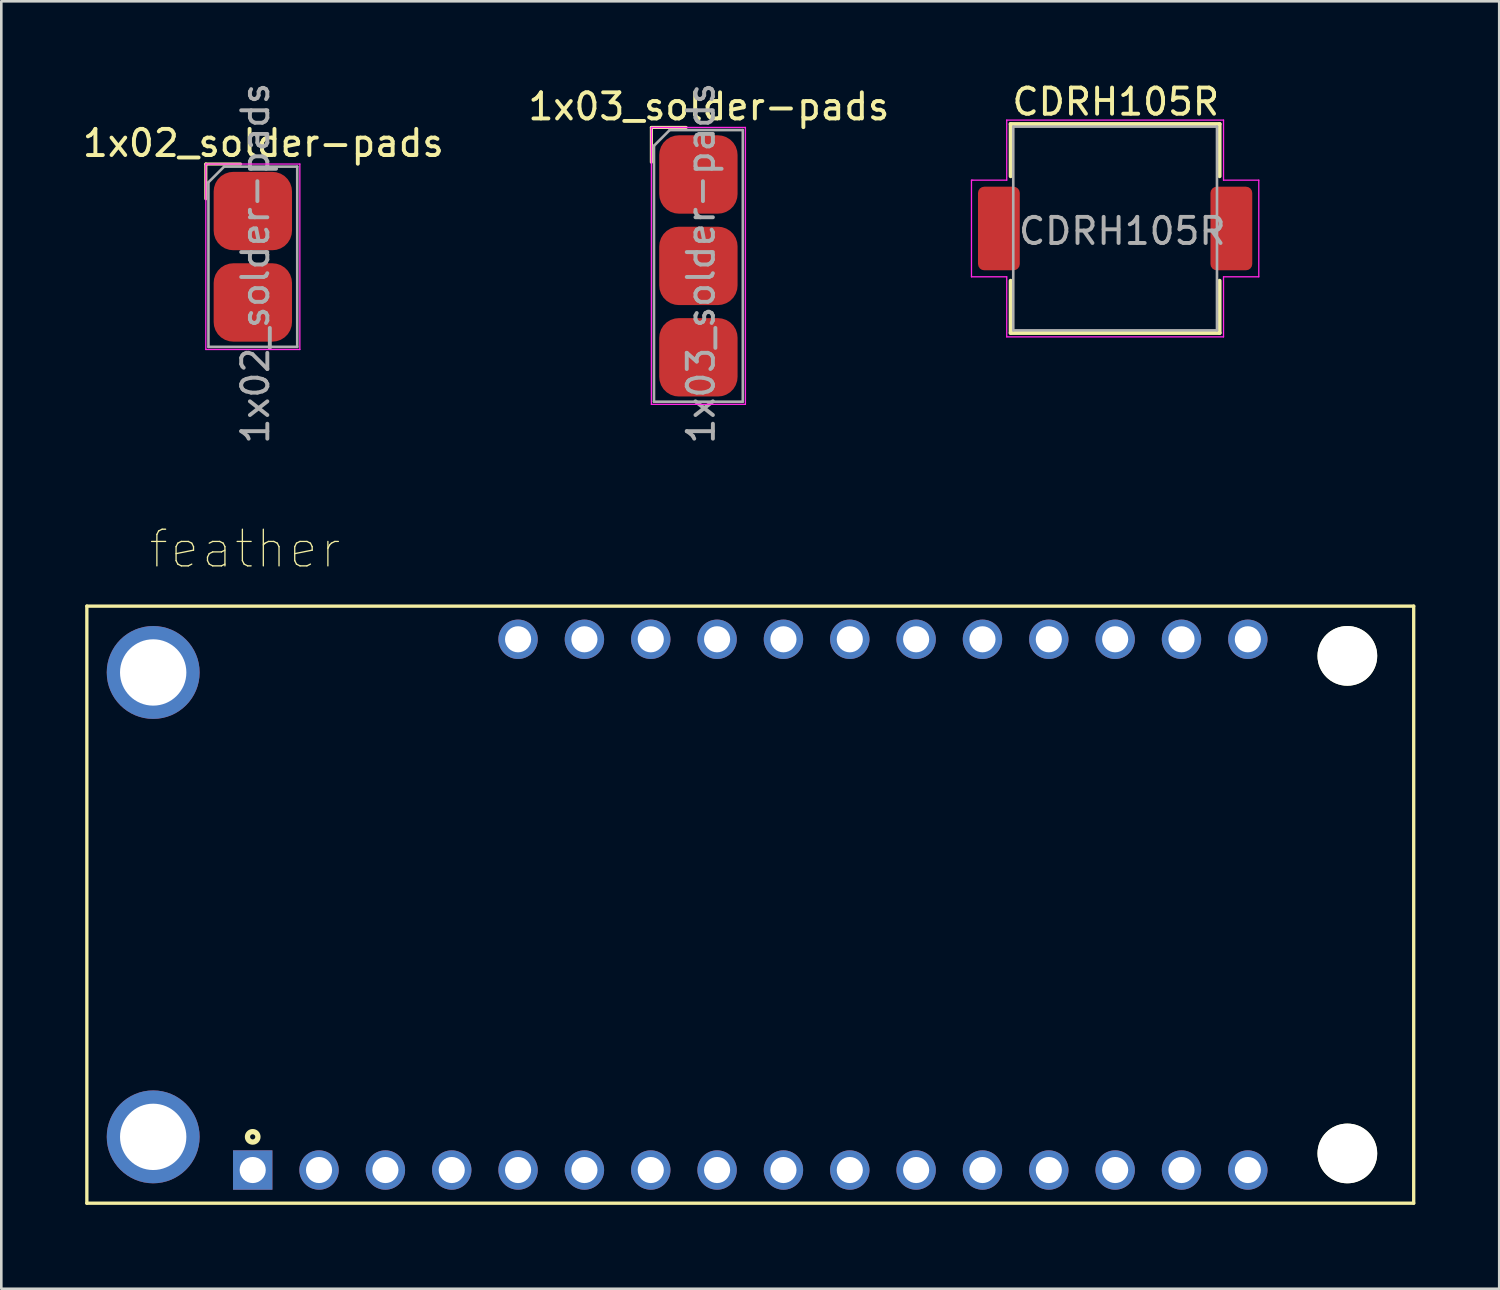
<source format=kicad_pcb>
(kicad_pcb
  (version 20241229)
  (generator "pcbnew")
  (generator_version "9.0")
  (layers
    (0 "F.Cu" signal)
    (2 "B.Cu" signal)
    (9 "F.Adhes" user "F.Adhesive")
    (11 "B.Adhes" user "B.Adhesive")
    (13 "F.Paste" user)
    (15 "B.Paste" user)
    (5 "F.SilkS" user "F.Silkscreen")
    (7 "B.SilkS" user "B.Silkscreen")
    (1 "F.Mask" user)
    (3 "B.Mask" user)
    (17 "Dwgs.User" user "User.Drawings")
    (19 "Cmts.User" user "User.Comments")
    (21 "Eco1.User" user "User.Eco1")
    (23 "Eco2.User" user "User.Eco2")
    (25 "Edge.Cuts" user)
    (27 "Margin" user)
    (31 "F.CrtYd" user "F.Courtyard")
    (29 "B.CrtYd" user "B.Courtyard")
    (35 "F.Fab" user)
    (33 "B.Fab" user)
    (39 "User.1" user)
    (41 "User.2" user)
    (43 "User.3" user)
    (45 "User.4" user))
  (footprint "feather"
    (layer "F.Cu")
    (at 25.675 31.586)
    (property "Reference" "feather" (at -19.345 -13.618 0) (layer "F.SilkS") (effects (font (size 1.403 1.403) (thickness 0.05))))
    (attr through_hole)
    (fp_line (start -25.4 -11.43) (end 25.4 -11.43) (stroke (width 0.127) (type solid)) (layer "F.SilkS"))
    (fp_line (start -25.4 11.43) (end -25.4 -11.43) (stroke (width 0.127) (type solid)) (layer "F.SilkS"))
    (fp_line (start 25.4 -11.43) (end 25.4 11.43) (stroke (width 0.127) (type solid)) (layer "F.SilkS"))
    (fp_line (start 25.4 11.43) (end -25.4 11.43) (stroke (width 0.127) (type solid)) (layer "F.SilkS"))
    (fp_circle (center -19.05 8.89) (end -18.85 8.89) (stroke (width 0.203) (type solid)) (fill no) (layer "F.SilkS"))
    (fp_line (start -25.65 -11.68) (end 25.65 -11.68) (stroke (width 0.05) (type solid)) (layer "Eco1.User"))
    (fp_line (start -25.65 11.68) (end -25.65 -11.68) (stroke (width 0.05) (type solid)) (layer "Eco1.User"))
    (fp_line (start 25.65 -11.68) (end 25.65 11.68) (stroke (width 0.05) (type solid)) (layer "Eco1.User"))
    (fp_line (start 25.65 11.68) (end -25.65 11.68) (stroke (width 0.05) (type solid)) (layer "Eco1.User"))
    (pad "" np_thru_hole circle (at 22.86 -9.525) (size 2.286 2.286) (drill 2.286) (layers "*.Cu" "*.Mask" "F.SilkS"))
    (pad "" np_thru_hole circle (at 22.86 9.525) (size 2.286 2.286) (drill 2.286) (layers "*.Cu" "*.Mask" "F.SilkS"))
    (pad "1" thru_hole rect (at -19.05 10.16) (size 1.508 1.508) (drill 1) (layers "*.Cu" "*.Mask"))
    (pad "2" thru_hole circle (at -16.51 10.16) (size 1.508 1.508) (drill 1) (layers "*.Cu" "*.Mask"))
    (pad "3" thru_hole circle (at -13.97 10.16) (size 1.508 1.508) (drill 1) (layers "*.Cu" "*.Mask"))
    (pad "4" thru_hole circle (at -11.43 10.16) (size 1.508 1.508) (drill 1) (layers "*.Cu" "*.Mask"))
    (pad "5" thru_hole circle (at -8.89 10.16) (size 1.508 1.508) (drill 1) (layers "*.Cu" "*.Mask"))
    (pad "6" thru_hole circle (at -6.35 10.16) (size 1.508 1.508) (drill 1) (layers "*.Cu" "*.Mask"))
    (pad "7" thru_hole circle (at -3.81 10.16) (size 1.508 1.508) (drill 1) (layers "*.Cu" "*.Mask"))
    (pad "8" thru_hole circle (at -1.27 10.16) (size 1.508 1.508) (drill 1) (layers "*.Cu" "*.Mask"))
    (pad "9" thru_hole circle (at 1.27 10.16) (size 1.508 1.508) (drill 1) (layers "*.Cu" "*.Mask"))
    (pad "10" thru_hole circle (at 3.81 10.16) (size 1.508 1.508) (drill 1) (layers "*.Cu" "*.Mask"))
    (pad "11" thru_hole circle (at 6.35 10.16) (size 1.508 1.508) (drill 1) (layers "*.Cu" "*.Mask"))
    (pad "12" thru_hole circle (at 8.89 10.16) (size 1.508 1.508) (drill 1) (layers "*.Cu" "*.Mask"))
    (pad "13" thru_hole circle (at 11.43 10.16) (size 1.508 1.508) (drill 1) (layers "*.Cu" "*.Mask"))
    (pad "14" thru_hole circle (at 13.97 10.16) (size 1.508 1.508) (drill 1) (layers "*.Cu" "*.Mask"))
    (pad "15" thru_hole circle (at 16.51 10.16) (size 1.508 1.508) (drill 1) (layers "*.Cu" "*.Mask"))
    (pad "16" thru_hole circle (at 19.05 10.16) (size 1.508 1.508) (drill 1) (layers "*.Cu" "*.Mask"))
    (pad "17" thru_hole circle (at -8.89 -10.16 90) (size 1.508 1.508) (drill 1) (layers "*.Cu" "*.Mask"))
    (pad "18" thru_hole circle (at -6.35 -10.16 90) (size 1.508 1.508) (drill 1) (layers "*.Cu" "*.Mask"))
    (pad "19" thru_hole circle (at -3.81 -10.16 90) (size 1.508 1.508) (drill 1) (layers "*.Cu" "*.Mask"))
    (pad "20" thru_hole circle (at -1.27 -10.16 90) (size 1.508 1.508) (drill 1) (layers "*.Cu" "*.Mask"))
    (pad "21" thru_hole circle (at 1.27 -10.16 90) (size 1.508 1.508) (drill 1) (layers "*.Cu" "*.Mask"))
    (pad "22" thru_hole circle (at 3.81 -10.16 90) (size 1.508 1.508) (drill 1) (layers "*.Cu" "*.Mask"))
    (pad "23" thru_hole circle (at 6.35 -10.16 90) (size 1.508 1.508) (drill 1) (layers "*.Cu" "*.Mask"))
    (pad "24" thru_hole circle (at 8.89 -10.16 90) (size 1.508 1.508) (drill 1) (layers "*.Cu" "*.Mask"))
    (pad "25" thru_hole circle (at 11.43 -10.16 90) (size 1.508 1.508) (drill 1) (layers "*.Cu" "*.Mask"))
    (pad "26" thru_hole circle (at 13.97 -10.16 90) (size 1.508 1.508) (drill 1) (layers "*.Cu" "*.Mask"))
    (pad "27" thru_hole circle (at 16.51 -10.16 90) (size 1.508 1.508) (drill 1) (layers "*.Cu" "*.Mask"))
    (pad "28" thru_hole circle (at 19.05 -10.16 90) (size 1.508 1.508) (drill 1) (layers "*.Cu" "*.Mask"))
    (pad "S1" thru_hole circle (at -22.86 8.89) (size 3.556 3.556) (drill 2.54) (layers "*.Cu" "*.Mask"))
    (pad "S2" thru_hole circle (at -22.86 -8.89) (size 3.556 3.556) (drill 2.54) (layers "*.Cu" "*.Mask")))
  (footprint "1x03_solder-pads"
    (layer "F.Cu")
    (at 23.689 3.63)
    (property "Reference" "1x03_solder-pads" (at 0.4 -2.6 0) (layer "F.SilkS") (effects (font (size 1 1) (thickness 0.15))))
    (attr smd)
    (fp_line (start -1.8 -1.8) (end -0.47 -1.8) (stroke (width 0.12) (type solid)) (layer "F.SilkS"))
    (fp_line (start -1.8 -0.47) (end -1.8 -1.8) (stroke (width 0.12) (type solid)) (layer "F.SilkS"))
    (fp_line (start -1.8 -1.8) (end -1.8 8.8) (stroke (width 0.05) (type solid)) (layer "F.CrtYd"))
    (fp_line (start -1.8 8.8) (end 1.8 8.8) (stroke (width 0.05) (type solid)) (layer "F.CrtYd"))
    (fp_line (start 1.8 -1.8) (end -1.8 -1.8) (stroke (width 0.05) (type solid)) (layer "F.CrtYd"))
    (fp_line (start 1.8 8.8) (end 1.8 -1.8) (stroke (width 0.05) (type solid)) (layer "F.CrtYd"))
    (fp_line (start -1.7 -1.1) (end -1.1 -1.7) (stroke (width 0.1) (type solid)) (layer "F.Fab"))
    (fp_line (start -1.7 8.7) (end -1.7 -1.1) (stroke (width 0.1) (type solid)) (layer "F.Fab"))
    (fp_line (start -1.1 -1.7) (end 1.7 -1.7) (stroke (width 0.1) (type solid)) (layer "F.Fab"))
    (fp_line (start 1.7 -1.7) (end 1.7 8.7) (stroke (width 0.1) (type solid)) (layer "F.Fab"))
    (fp_line (start 1.7 8.7) (end -1.7 8.7) (stroke (width 0.1) (type solid)) (layer "F.Fab"))
    (fp_text user "${REFERENCE}" (at 0.1 3.4 90) (layer "F.Fab") (effects (font (size 1 1) (thickness 0.15))))
    (pad "1" smd roundrect (at 0 0) (size 3 3) (layers "F.Cu" "F.Mask" "F.Paste") (roundrect_rratio 0.25))
    (pad "2" smd roundrect (at 0 3.5) (size 3 3) (layers "F.Cu" "F.Mask" "F.Paste") (roundrect_rratio 0.25))
    (pad "3" smd roundrect (at 0 7) (size 3 3) (layers "F.Cu" "F.Mask" "F.Paste") (roundrect_rratio 0.25)))
  (footprint "CDRH105R"
    (layer "F.Cu")
    (at 39.644 5.698)
    (property "Reference" "CDRH105R" (at 0.025 -4.85 0) (layer "F.SilkS") (effects (font (size 1 1) (thickness 0.15))))
    (attr smd)
    (fp_line (start -4 -4) (end 4 -4) (stroke (width 0.15) (type solid)) (layer "F.SilkS"))
    (fp_line (start -4 -2) (end -4 -4) (stroke (width 0.15) (type solid)) (layer "F.SilkS"))
    (fp_line (start -4 2) (end -4 4) (stroke (width 0.15) (type solid)) (layer "F.SilkS"))
    (fp_line (start -4 4) (end 4 4) (stroke (width 0.15) (type solid)) (layer "F.SilkS"))
    (fp_line (start 4 -4) (end 4 -2) (stroke (width 0.15) (type solid)) (layer "F.SilkS"))
    (fp_line (start 4 4) (end 4 2) (stroke (width 0.15) (type solid)) (layer "F.SilkS"))
    (fp_line (start -5.5 -1.85) (end -5.45 -1.85) (stroke (width 0.05) (type solid)) (layer "F.CrtYd"))
    (fp_line (start -5.5 1.85) (end -5.5 -1.85) (stroke (width 0.05) (type solid)) (layer "F.CrtYd"))
    (fp_line (start -5.45 -1.85) (end -4.15 -1.85) (stroke (width 0.05) (type solid)) (layer "F.CrtYd"))
    (fp_line (start -4.15 -4.15) (end 4.15 -4.15) (stroke (width 0.05) (type solid)) (layer "F.CrtYd"))
    (fp_line (start -4.15 -1.85) (end -4.15 -4.15) (stroke (width 0.05) (type solid)) (layer "F.CrtYd"))
    (fp_line (start -4.15 1.85) (end -5.5 1.85) (stroke (width 0.05) (type solid)) (layer "F.CrtYd"))
    (fp_line (start -4.15 4.15) (end -4.15 1.85) (stroke (width 0.05) (type solid)) (layer "F.CrtYd"))
    (fp_line (start 4.15 -4.15) (end 4.15 -1.85) (stroke (width 0.05) (type solid)) (layer "F.CrtYd"))
    (fp_line (start 4.15 -1.85) (end 5.5 -1.85) (stroke (width 0.05) (type solid)) (layer "F.CrtYd"))
    (fp_line (start 4.15 1.85) (end 4.15 4.15) (stroke (width 0.05) (type solid)) (layer "F.CrtYd"))
    (fp_line (start 4.15 4.15) (end -4.15 4.15) (stroke (width 0.05) (type solid)) (layer "F.CrtYd"))
    (fp_line (start 5.5 -1.85) (end 5.5 1.85) (stroke (width 0.05) (type solid)) (layer "F.CrtYd"))
    (fp_line (start 5.5 1.85) (end 4.15 1.85) (stroke (width 0.05) (type solid)) (layer "F.CrtYd"))
    (fp_line (start -3.9 -3.9) (end 3.9 -3.9) (stroke (width 0.1) (type solid)) (layer "F.Fab"))
    (fp_line (start -3.9 3.9) (end -3.9 -3.9) (stroke (width 0.1) (type solid)) (layer "F.Fab"))
    (fp_line (start -3.9 3.9) (end 3.9 3.9) (stroke (width 0.1) (type solid)) (layer "F.Fab"))
    (fp_line (start 3.9 3.9) (end 3.9 -3.9) (stroke (width 0.1) (type solid)) (layer "F.Fab"))
    (fp_text user "${REFERENCE}" (at 0.275 0.1 0) (layer "F.Fab") (effects (font (size 1 1) (thickness 0.15))))
    (pad "1" smd roundrect (at -4.45 0) (size 1.6 3.2) (layers "F.Cu" "F.Mask" "F.Paste") (roundrect_rratio 0.15))
    (pad "2" smd roundrect (at 4.45 0) (size 1.6 3.2) (layers "F.Cu" "F.Mask" "F.Paste") (roundrect_rratio 0.15)))
  (footprint "1x02_solder-pads"
    (layer "F.Cu")
    (at 6.63 5.03)
    (property "Reference" "1x02_solder-pads" (at 0.4 -2.6 0) (layer "F.SilkS") (effects (font (size 1 1) (thickness 0.15))))
    (attr smd)
    (fp_line (start -1.8 -1.8) (end -0.47 -1.8) (stroke (width 0.12) (type solid)) (layer "F.SilkS"))
    (fp_line (start -1.8 -0.47) (end -1.8 -1.8) (stroke (width 0.12) (type solid)) (layer "F.SilkS"))
    (fp_line (start -1.8 -1.8) (end -1.8 5.3) (stroke (width 0.05) (type solid)) (layer "F.CrtYd"))
    (fp_line (start -1.8 5.3) (end 1.8 5.3) (stroke (width 0.05) (type solid)) (layer "F.CrtYd"))
    (fp_line (start 1.8 -1.8) (end -1.8 -1.8) (stroke (width 0.05) (type solid)) (layer "F.CrtYd"))
    (fp_line (start 1.8 5.3) (end 1.8 -1.8) (stroke (width 0.05) (type solid)) (layer "F.CrtYd"))
    (fp_line (start -1.7 -1.1) (end -1.1 -1.7) (stroke (width 0.1) (type solid)) (layer "F.Fab"))
    (fp_line (start -1.7 5.2) (end -1.7 -1.1) (stroke (width 0.1) (type solid)) (layer "F.Fab"))
    (fp_line (start -1.1 -1.7) (end 1.7 -1.7) (stroke (width 0.1) (type solid)) (layer "F.Fab"))
    (fp_line (start 1.7 -1.7) (end 1.7 5.2) (stroke (width 0.1) (type solid)) (layer "F.Fab"))
    (fp_line (start 1.7 5.2) (end -1.7 5.2) (stroke (width 0.1) (type solid)) (layer "F.Fab"))
    (fp_text user "${REFERENCE}" (at 0.1 2 90) (layer "F.Fab") (effects (font (size 1 1) (thickness 0.15))))
    (pad "1" smd roundrect (at 0 0) (size 3 3) (layers "F.Cu" "F.Mask" "F.Paste") (roundrect_rratio 0.25))
    (pad "2" smd roundrect (at 0 3.5) (size 3 3) (layers "F.Cu" "F.Mask" "F.Paste") (roundrect_rratio 0.25)))
  (gr_rect
    (start -3 -3)
    (end 54.35 46.291)
    (stroke (width 0.1) (type default))
    (fill no)
    (layer "Edge.Cuts")))
</source>
